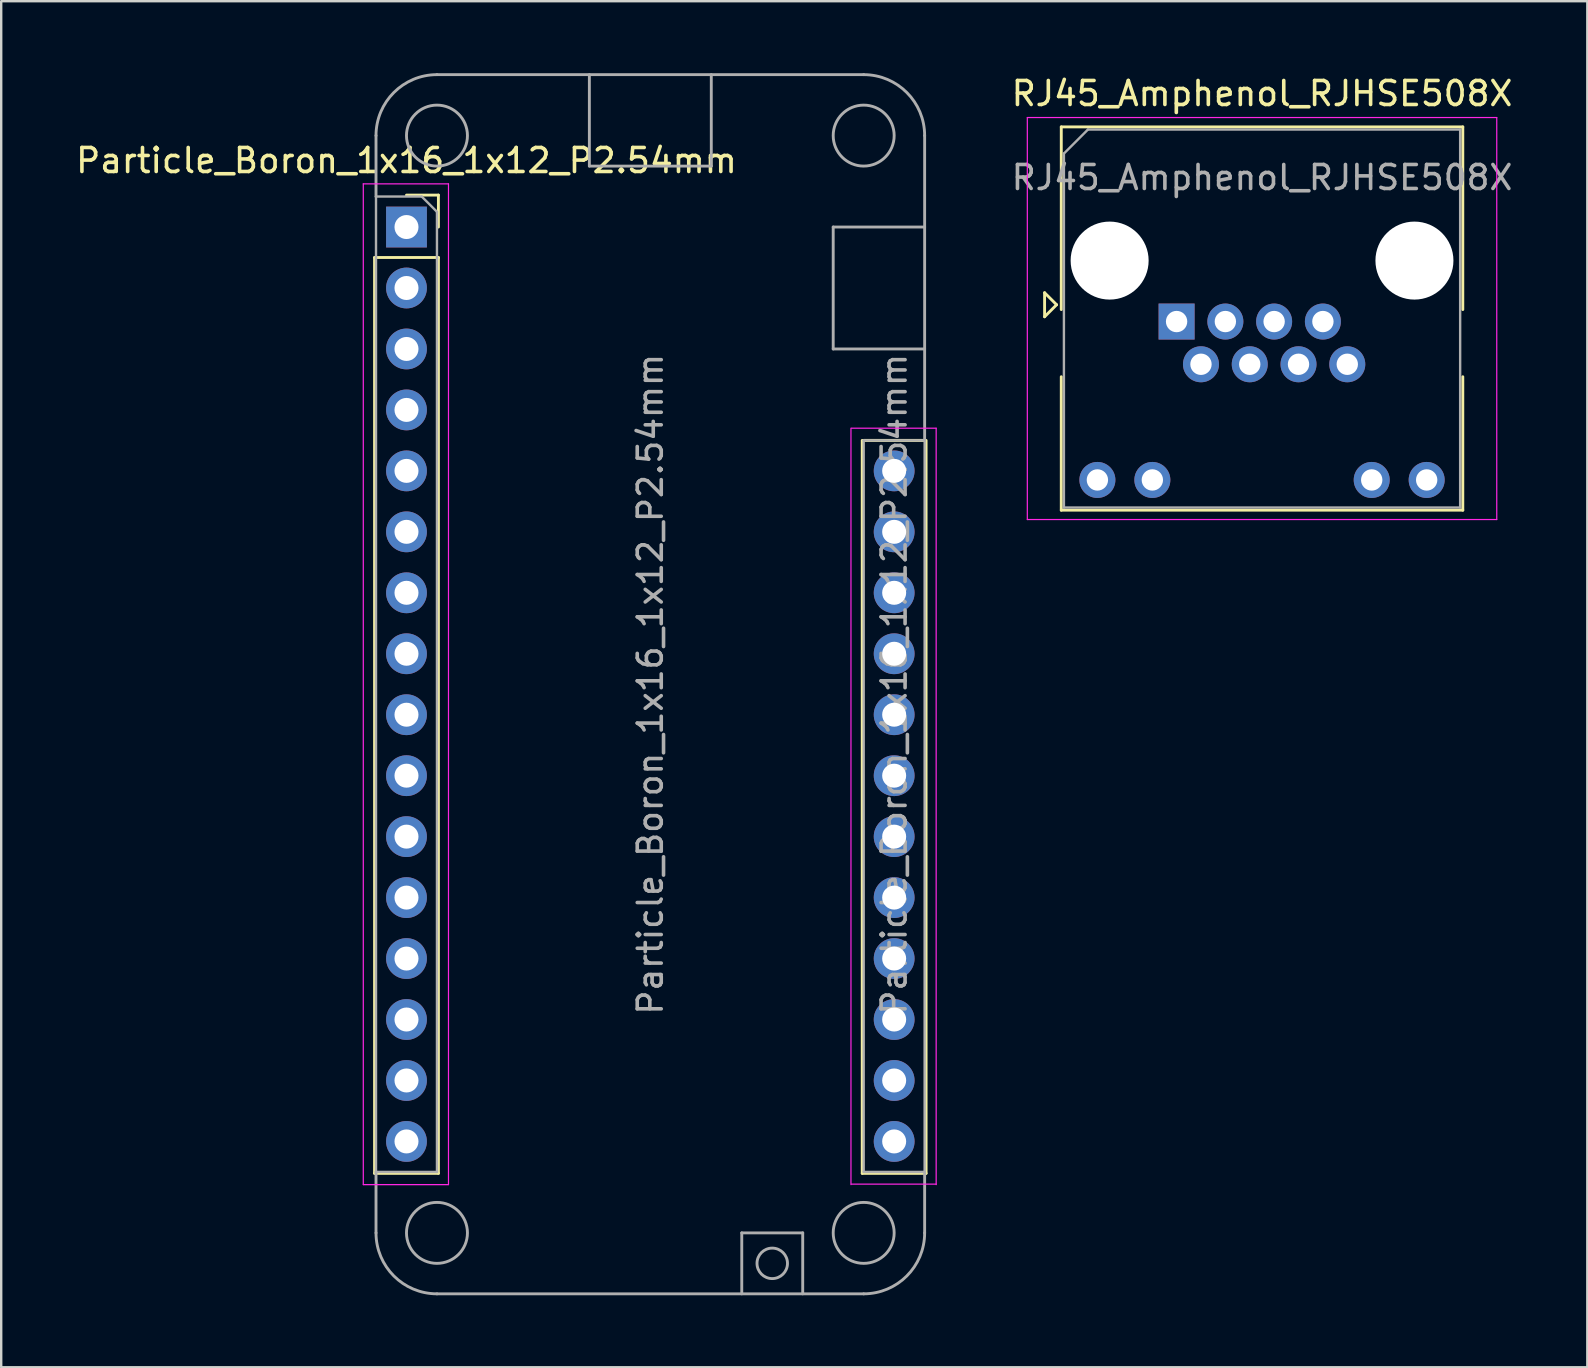
<source format=kicad_pcb>
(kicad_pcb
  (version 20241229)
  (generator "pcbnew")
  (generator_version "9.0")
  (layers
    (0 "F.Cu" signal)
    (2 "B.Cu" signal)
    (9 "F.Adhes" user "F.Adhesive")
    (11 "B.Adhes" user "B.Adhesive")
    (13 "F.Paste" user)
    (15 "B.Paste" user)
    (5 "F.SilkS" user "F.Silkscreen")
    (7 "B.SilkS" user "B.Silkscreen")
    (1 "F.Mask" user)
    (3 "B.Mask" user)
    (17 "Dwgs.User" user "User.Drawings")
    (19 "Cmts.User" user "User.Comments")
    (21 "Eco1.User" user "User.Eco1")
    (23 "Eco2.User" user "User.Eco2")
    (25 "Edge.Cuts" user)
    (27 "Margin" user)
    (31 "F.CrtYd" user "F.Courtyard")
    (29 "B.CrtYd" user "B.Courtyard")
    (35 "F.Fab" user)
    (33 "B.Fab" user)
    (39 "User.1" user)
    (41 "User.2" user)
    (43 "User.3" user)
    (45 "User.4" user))
  (footprint "Particle_Boron_1x16_1x12_P2.54mm"
    (layer "F.Cu")
    (at 13.887 6.41)
    (property "Reference" "Particle_Boron_1x16_1x12_P2.54mm" (at 0 -2.77 0) (layer "F.SilkS") (effects (font (size 1 1) (thickness 0.15))))
    (attr through_hole)
    (fp_line (start -1.33 1.27) (end -1.33 39.43) (stroke (width 0.12) (type solid)) (layer "F.SilkS"))
    (fp_line (start -1.33 1.27) (end 1.33 1.27) (stroke (width 0.12) (type solid)) (layer "F.SilkS"))
    (fp_line (start -1.33 39.43) (end 1.33 39.43) (stroke (width 0.12) (type solid)) (layer "F.SilkS"))
    (fp_line (start 0 -1.33) (end 1.33 -1.33) (stroke (width 0.12) (type solid)) (layer "F.SilkS"))
    (fp_line (start 1.33 -1.33) (end 1.33 0) (stroke (width 0.12) (type solid)) (layer "F.SilkS"))
    (fp_line (start 1.33 1.27) (end 1.33 39.43) (stroke (width 0.12) (type solid)) (layer "F.SilkS"))
    (fp_line (start 18.99 8.89) (end 18.99 39.43) (stroke (width 0.12) (type solid)) (layer "F.SilkS"))
    (fp_line (start 18.99 39.43) (end 21.65 39.43) (stroke (width 0.12) (type solid)) (layer "F.SilkS"))
    (fp_line (start 21.59 8.89) (end 19.05 8.89) (stroke (width 0.12) (type solid)) (layer "F.SilkS"))
    (fp_line (start 21.65 8.89) (end 21.65 39.43) (stroke (width 0.12) (type solid)) (layer "F.SilkS"))
    (fp_line (start -1.8 -1.8) (end 1.75 -1.8) (stroke (width 0.05) (type solid)) (layer "F.CrtYd"))
    (fp_line (start -1.8 39.9) (end -1.8 -1.8) (stroke (width 0.05) (type solid)) (layer "F.CrtYd"))
    (fp_line (start 1.75 -1.8) (end 1.75 39.9) (stroke (width 0.05) (type solid)) (layer "F.CrtYd"))
    (fp_line (start 1.75 39.9) (end -1.8 39.9) (stroke (width 0.05) (type solid)) (layer "F.CrtYd"))
    (fp_line (start 18.52 39.9) (end 18.52 8.382) (stroke (width 0.05) (type solid)) (layer "F.CrtYd"))
    (fp_line (start 18.542 39.878) (end 22.07 39.878) (stroke (width 0.05) (type solid)) (layer "F.CrtYd"))
    (fp_line (start 22.07 8.382) (end 18.542 8.382) (stroke (width 0.05) (type solid)) (layer "F.CrtYd"))
    (fp_line (start 22.07 8.382) (end 22.07 39.9) (stroke (width 0.05) (type solid)) (layer "F.CrtYd"))
    (fp_line (start -1.27 -3.81) (end -1.27 -1.27) (stroke (width 0.12) (type solid)) (layer "F.Fab"))
    (fp_line (start -1.27 -1.27) (end 0.635 -1.27) (stroke (width 0.1) (type solid)) (layer "F.Fab"))
    (fp_line (start -1.27 39.37) (end -1.27 -1.27) (stroke (width 0.1) (type solid)) (layer "F.Fab"))
    (fp_line (start -1.27 41.91) (end -1.27 39.37) (stroke (width 0.12) (type solid)) (layer "F.Fab"))
    (fp_line (start 0.635 -1.27) (end 1.27 -0.635) (stroke (width 0.1) (type solid)) (layer "F.Fab"))
    (fp_line (start 1.27 -6.35) (end 19.05 -6.35) (stroke (width 0.12) (type solid)) (layer "F.Fab"))
    (fp_line (start 1.27 -0.635) (end 1.27 39.37) (stroke (width 0.1) (type solid)) (layer "F.Fab"))
    (fp_line (start 1.27 39.37) (end -1.27 39.37) (stroke (width 0.1) (type solid)) (layer "F.Fab"))
    (fp_line (start 1.27 44.45) (end 19.05 44.45) (stroke (width 0.12) (type solid)) (layer "F.Fab"))
    (fp_line (start 7.62 -6.35) (end 7.62 -2.54) (stroke (width 0.12) (type solid)) (layer "F.Fab"))
    (fp_line (start 7.62 -2.54) (end 12.7 -2.54) (stroke (width 0.12) (type solid)) (layer "F.Fab"))
    (fp_line (start 12.7 -2.54) (end 12.7 -6.35) (stroke (width 0.12) (type solid)) (layer "F.Fab"))
    (fp_line (start 13.97 41.91) (end 13.97 44.45) (stroke (width 0.12) (type solid)) (layer "F.Fab"))
    (fp_line (start 16.51 41.91) (end 13.97 41.91) (stroke (width 0.12) (type solid)) (layer "F.Fab"))
    (fp_line (start 16.51 44.45) (end 16.51 41.91) (stroke (width 0.12) (type solid)) (layer "F.Fab"))
    (fp_line (start 17.78 0) (end 17.78 5.08) (stroke (width 0.12) (type solid)) (layer "F.Fab"))
    (fp_line (start 17.78 5.08) (end 21.59 5.08) (stroke (width 0.12) (type solid)) (layer "F.Fab"))
    (fp_line (start 19.05 8.89) (end 21.59 8.89) (stroke (width 0.1) (type solid)) (layer "F.Fab"))
    (fp_line (start 19.05 39.37) (end 19.05 8.89) (stroke (width 0.1) (type solid)) (layer "F.Fab"))
    (fp_line (start 21.59 -3.81) (end 21.59 8.89) (stroke (width 0.12) (type solid)) (layer "F.Fab"))
    (fp_line (start 21.59 0) (end 17.78 0) (stroke (width 0.12) (type solid)) (layer "F.Fab"))
    (fp_line (start 21.59 8.89) (end 21.59 39.37) (stroke (width 0.1) (type solid)) (layer "F.Fab"))
    (fp_line (start 21.59 39.37) (end 19.05 39.37) (stroke (width 0.1) (type solid)) (layer "F.Fab"))
    (fp_line (start 21.59 41.91) (end 21.59 39.37) (stroke (width 0.12) (type solid)) (layer "F.Fab"))
    (fp_arc (start -1.27 -3.81) (mid -0.526051 -5.606051) (end 1.27 -6.35) (stroke (width 0.12) (type solid)) (layer "F.Fab"))
    (fp_arc (start 1.27 44.45) (mid -0.526051 43.706051) (end -1.27 41.91) (stroke (width 0.12) (type solid)) (layer "F.Fab"))
    (fp_arc (start 19.05 -6.35) (mid 20.846051 -5.606051) (end 21.59 -3.81) (stroke (width 0.12) (type solid)) (layer "F.Fab"))
    (fp_arc (start 21.59 41.91) (mid 20.846051 43.706051) (end 19.05 44.45) (stroke (width 0.12) (type solid)) (layer "F.Fab"))
    (fp_circle (center 1.27 -3.81) (end 1.27 -5.08) (stroke (width 0.12) (type solid)) (fill no) (layer "F.Fab"))
    (fp_circle (center 1.27 41.91) (end 1.27 43.18) (stroke (width 0.12) (type solid)) (fill no) (layer "F.Fab"))
    (fp_circle (center 15.24 43.18) (end 15.875 43.18) (stroke (width 0.12) (type solid)) (fill no) (layer "F.Fab"))
    (fp_circle (center 19.05 -3.81) (end 19.05 -2.54) (stroke (width 0.12) (type solid)) (fill no) (layer "F.Fab"))
    (fp_circle (center 19.05 41.91) (end 19.05 43.18) (stroke (width 0.12) (type solid)) (fill no) (layer "F.Fab"))
    (fp_text user "${REFERENCE}" (at 10.16 19.05 90) (layer "F.Fab") (effects (font (size 1 1) (thickness 0.15))))
    (fp_text user "${REFERENCE}" (at 20.32 19.05 90) (layer "F.Fab") (effects (font (size 1 1) (thickness 0.15))))
    (pad "3V3" thru_hole oval (at 0 2.54) (size 1.7 1.7) (drill 1) (layers "*.Cu" "*.Mask"))
    (pad "A0" thru_hole oval (at 0 10.16) (size 1.7 1.7) (drill 1) (layers "*.Cu" "*.Mask"))
    (pad "A1" thru_hole oval (at 0 12.7) (size 1.7 1.7) (drill 1) (layers "*.Cu" "*.Mask"))
    (pad "A2" thru_hole oval (at 0 15.24) (size 1.7 1.7) (drill 1) (layers "*.Cu" "*.Mask"))
    (pad "A3" thru_hole oval (at 0 17.78) (size 1.7 1.7) (drill 1) (layers "*.Cu" "*.Mask"))
    (pad "A4" thru_hole oval (at 0 20.32) (size 1.7 1.7) (drill 1) (layers "*.Cu" "*.Mask"))
    (pad "A5" thru_hole oval (at 0 22.86) (size 1.7 1.7) (drill 1) (layers "*.Cu" "*.Mask"))
    (pad "D2" thru_hole oval (at 20.32 33.02) (size 1.7 1.7) (drill 1) (layers "*.Cu" "*.Mask"))
    (pad "D3" thru_hole oval (at 20.32 30.48) (size 1.7 1.7) (drill 1) (layers "*.Cu" "*.Mask"))
    (pad "D4" thru_hole oval (at 20.32 27.94) (size 1.7 1.7) (drill 1) (layers "*.Cu" "*.Mask"))
    (pad "D5" thru_hole oval (at 20.32 25.4) (size 1.7 1.7) (drill 1) (layers "*.Cu" "*.Mask"))
    (pad "D6" thru_hole oval (at 20.32 22.86) (size 1.7 1.7) (drill 1) (layers "*.Cu" "*.Mask"))
    (pad "D7" thru_hole oval (at 20.32 20.32) (size 1.7 1.7) (drill 1) (layers "*.Cu" "*.Mask"))
    (pad "D8" thru_hole oval (at 20.32 17.78) (size 1.7 1.7) (drill 1) (layers "*.Cu" "*.Mask"))
    (pad "EN" thru_hole oval (at 20.32 12.7) (size 1.7 1.7) (drill 1) (layers "*.Cu" "*.Mask"))
    (pad "GND" thru_hole oval (at 0 7.62) (size 1.7 1.7) (drill 1) (layers "*.Cu" "*.Mask"))
    (pad "LI+" thru_hole oval (at 20.32 10.16) (size 1.7 1.7) (drill 1) (layers "*.Cu" "*.Mask"))
    (pad "MD" thru_hole oval (at 0 5.08) (size 1.7 1.7) (drill 1) (layers "*.Cu" "*.Mask"))
    (pad "MI" thru_hole oval (at 0 30.48) (size 1.7 1.7) (drill 1) (layers "*.Cu" "*.Mask"))
    (pad "MO" thru_hole oval (at 0 27.94) (size 1.7 1.7) (drill 1) (layers "*.Cu" "*.Mask"))
    (pad "NC" thru_hole oval (at 0 38.1) (size 1.7 1.7) (drill 1) (layers "*.Cu" "*.Mask"))
    (pad "RST" thru_hole rect (at 0 0) (size 1.7 1.7) (drill 1) (layers "*.Cu" "*.Mask"))
    (pad "RX" thru_hole oval (at 0 33.02) (size 1.7 1.7) (drill 1) (layers "*.Cu" "*.Mask"))
    (pad "SCK" thru_hole oval (at 0 25.4) (size 1.7 1.7) (drill 1) (layers "*.Cu" "*.Mask"))
    (pad "SCL" thru_hole oval (at 20.32 35.56) (size 1.7 1.7) (drill 1) (layers "*.Cu" "*.Mask"))
    (pad "SDA" thru_hole oval (at 20.32 38.1) (size 1.7 1.7) (drill 1) (layers "*.Cu" "*.Mask"))
    (pad "TX" thru_hole oval (at 0 35.56) (size 1.7 1.7) (drill 1) (layers "*.Cu" "*.Mask"))
    (pad "VUSB" thru_hole oval (at 20.32 15.24) (size 1.7 1.7) (drill 1) (layers "*.Cu" "*.Mask")))
  (footprint "RJ45_Amphenol_RJHSE508X"
    (layer "F.Cu")
    (at 45.975 10.348)
    (property "Reference" "RJ45_Amphenol_RJHSE508X" (at 3.56 -9.5 0) (layer "F.SilkS") (effects (font (size 1 1) (thickness 0.15))))
    (attr through_hole)
    (fp_line (start -5.5 -1.2) (end -5 -0.7) (stroke (width 0.12) (type solid)) (layer "F.SilkS"))
    (fp_line (start -5.5 -0.2) (end -5.5 -1.2) (stroke (width 0.12) (type solid)) (layer "F.SilkS"))
    (fp_line (start -5 -0.7) (end -5.5 -0.2) (stroke (width 0.12) (type solid)) (layer "F.SilkS"))
    (fp_line (start -4.805 -8.11) (end -4.805 -0.5) (stroke (width 0.12) (type solid)) (layer "F.SilkS"))
    (fp_line (start -4.805 -8.11) (end 11.925 -8.11) (stroke (width 0.12) (type solid)) (layer "F.SilkS"))
    (fp_line (start -4.805 7.86) (end -4.805 2.3) (stroke (width 0.12) (type solid)) (layer "F.SilkS"))
    (fp_line (start -4.805 7.86) (end 11.925 7.86) (stroke (width 0.12) (type solid)) (layer "F.SilkS"))
    (fp_line (start 11.925 -8.11) (end 11.925 -0.5) (stroke (width 0.12) (type solid)) (layer "F.SilkS"))
    (fp_line (start 11.925 7.86) (end 11.925 2.3) (stroke (width 0.12) (type solid)) (layer "F.SilkS"))
    (fp_line (start -6.22 -8.5) (end -6.22 8.25) (stroke (width 0.05) (type solid)) (layer "F.CrtYd"))
    (fp_line (start -6.22 -8.5) (end 13.34 -8.5) (stroke (width 0.05) (type solid)) (layer "F.CrtYd"))
    (fp_line (start -6.22 8.25) (end 13.34 8.25) (stroke (width 0.05) (type solid)) (layer "F.CrtYd"))
    (fp_line (start 13.34 -8.5) (end 13.34 8.25) (stroke (width 0.05) (type solid)) (layer "F.CrtYd"))
    (fp_line (start -4.695 -7) (end -4.695 7.75) (stroke (width 0.1) (type solid)) (layer "F.Fab"))
    (fp_line (start -4.695 -7) (end -3.695 -8) (stroke (width 0.1) (type solid)) (layer "F.Fab"))
    (fp_line (start -4.695 7.75) (end 11.815 7.75) (stroke (width 0.1) (type solid)) (layer "F.Fab"))
    (fp_line (start -3.695 -8) (end 11.815 -8) (stroke (width 0.1) (type solid)) (layer "F.Fab"))
    (fp_line (start 11.815 -8) (end 11.815 7.75) (stroke (width 0.1) (type solid)) (layer "F.Fab"))
    (fp_text user "${REFERENCE}" (at 3.56 -6 0) (layer "F.Fab") (effects (font (size 1 1) (thickness 0.15))))
    (pad "" np_thru_hole circle (at -2.79 -2.54) (size 3.25 3.25) (drill 3.25) (layers "*.Cu" "*.Mask"))
    (pad "" np_thru_hole circle (at 9.91 -2.54) (size 3.25 3.25) (drill 3.25) (layers "*.Cu" "*.Mask"))
    (pad "1" thru_hole rect (at 0 0) (size 1.5 1.5) (drill 0.89) (layers "*.Cu" "*.Mask"))
    (pad "2" thru_hole circle (at 1.016 1.78) (size 1.5 1.5) (drill 0.89) (layers "*.Cu" "*.Mask"))
    (pad "3" thru_hole circle (at 2.032 0) (size 1.5 1.5) (drill 0.89) (layers "*.Cu" "*.Mask"))
    (pad "4" thru_hole circle (at 3.048 1.78) (size 1.5 1.5) (drill 0.89) (layers "*.Cu" "*.Mask"))
    (pad "5" thru_hole circle (at 4.064 0) (size 1.5 1.5) (drill 0.89) (layers "*.Cu" "*.Mask"))
    (pad "6" thru_hole circle (at 5.08 1.78) (size 1.5 1.5) (drill 0.89) (layers "*.Cu" "*.Mask"))
    (pad "7" thru_hole circle (at 6.096 0) (size 1.5 1.5) (drill 0.89) (layers "*.Cu" "*.Mask"))
    (pad "8" thru_hole circle (at 7.112 1.78) (size 1.5 1.5) (drill 0.89) (layers "*.Cu" "*.Mask"))
    (pad "9" thru_hole circle (at -3.3 6.6) (size 1.5 1.5) (drill 0.89) (layers "*.Cu" "*.Mask"))
    (pad "10" thru_hole circle (at -1.01 6.6) (size 1.5 1.5) (drill 0.89) (layers "*.Cu" "*.Mask"))
    (pad "11" thru_hole circle (at 8.13 6.6) (size 1.5 1.5) (drill 0.89) (layers "*.Cu" "*.Mask"))
    (pad "12" thru_hole circle (at 10.42 6.6) (size 1.5 1.5) (drill 0.89) (layers "*.Cu" "*.Mask")))
  (gr_rect
    (start -3 -3)
    (end 63.089 53.92)
    (stroke (width 0.1) (type default))
    (fill no)
    (layer "Edge.Cuts")))
</source>
